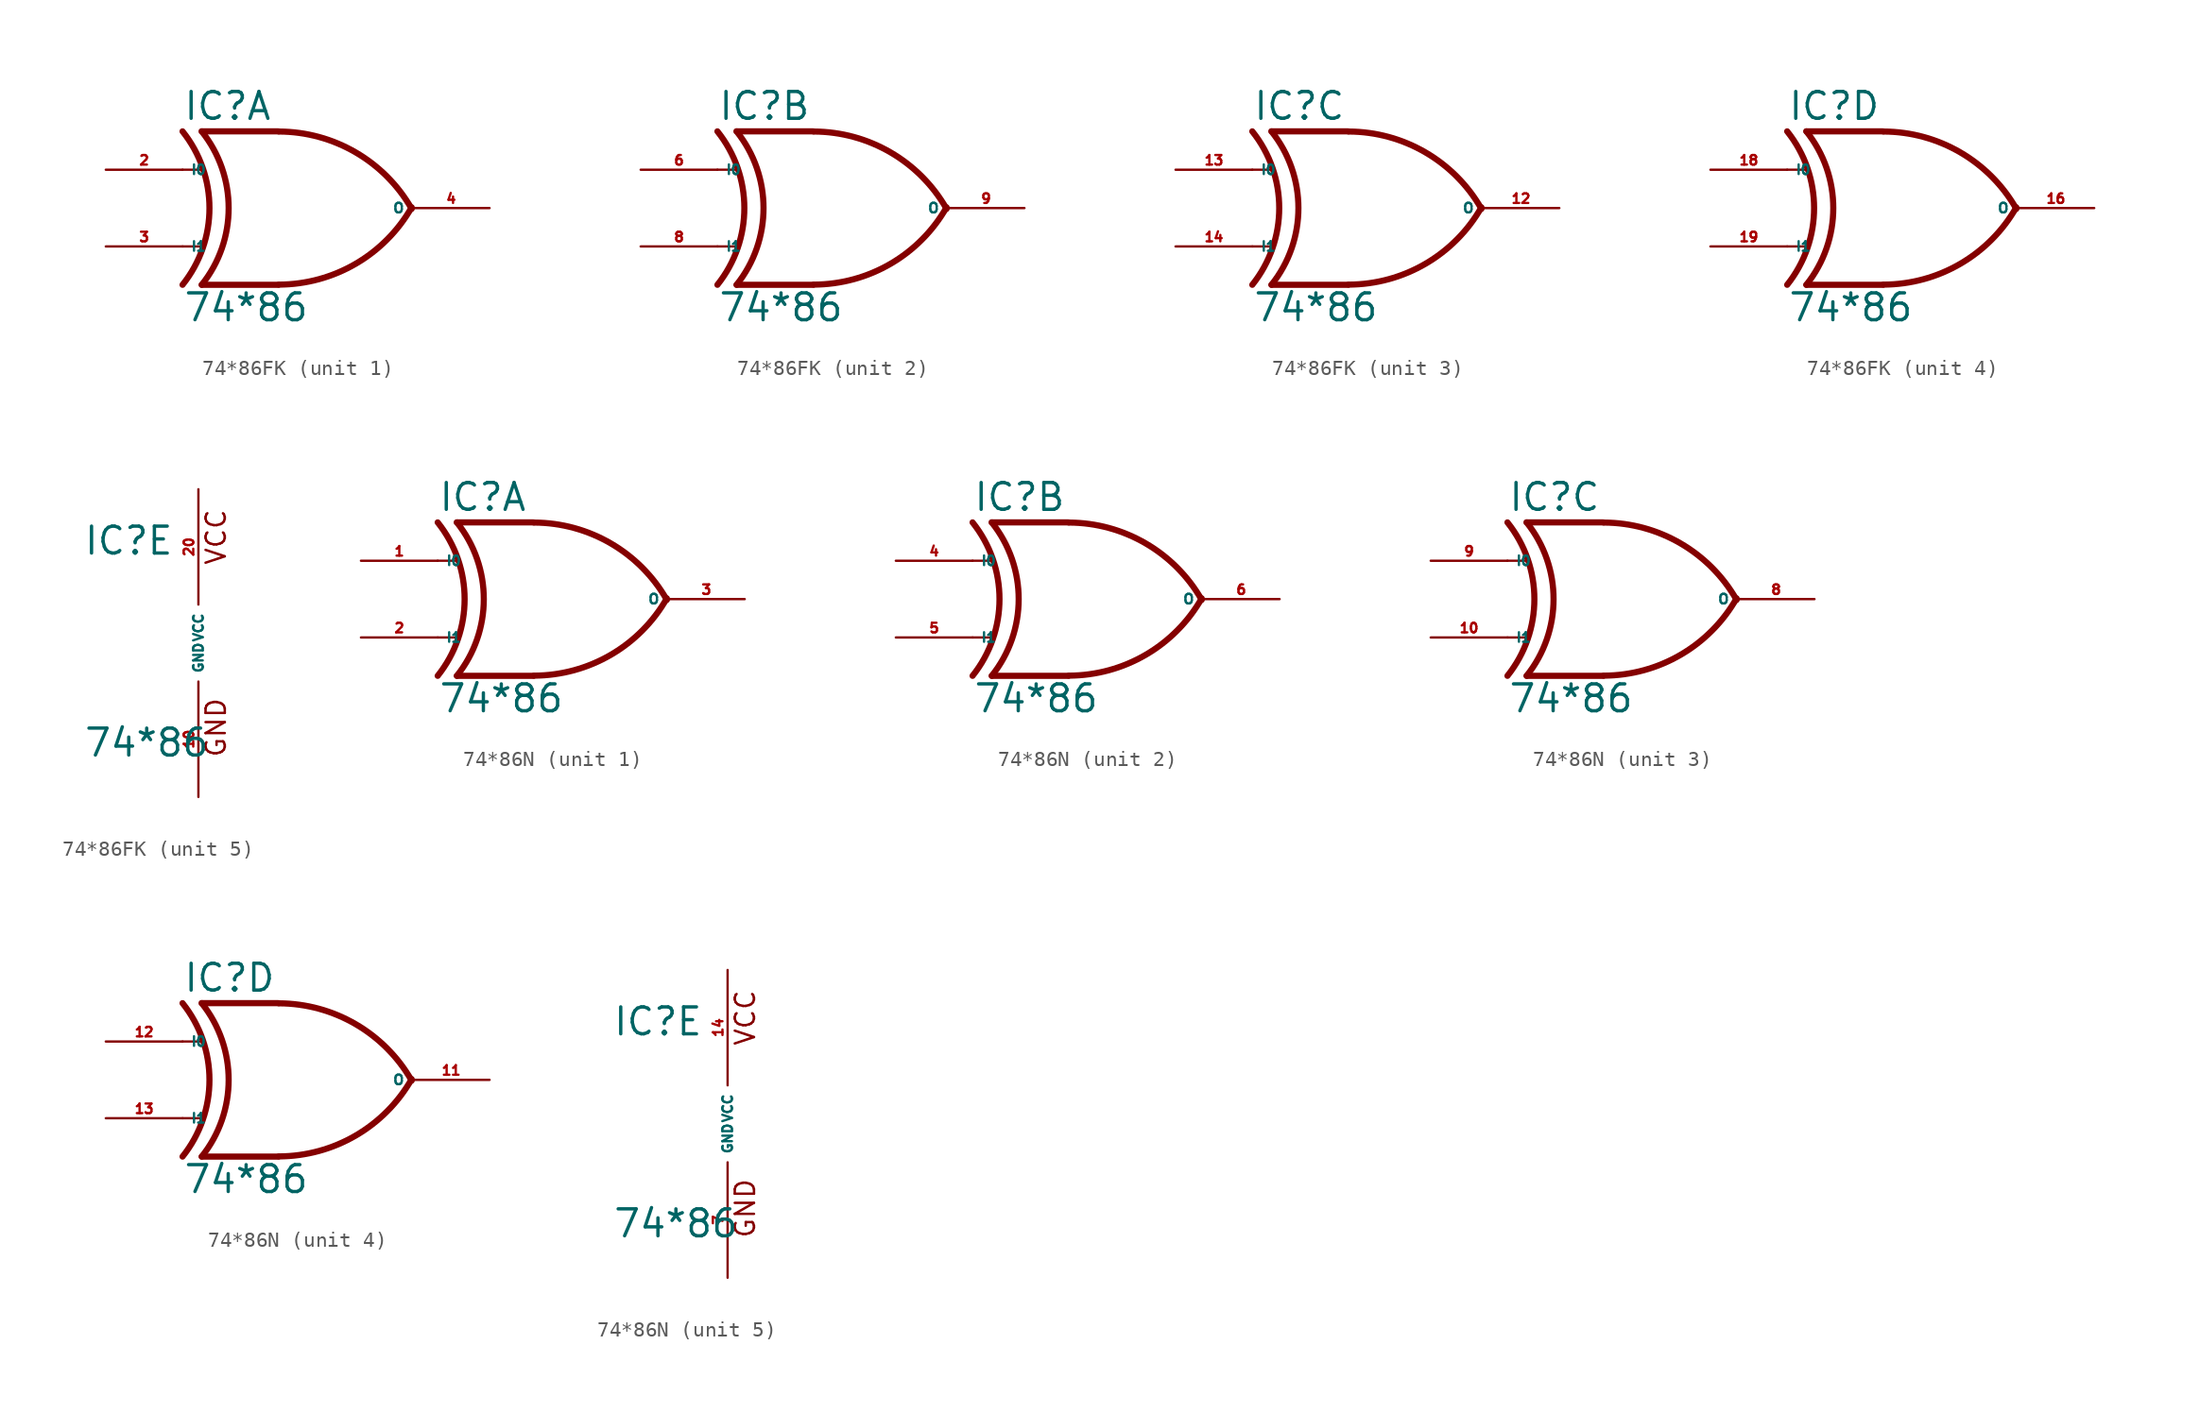
<source format=kicad_sym>
(kicad_symbol_lib
  (version 20220914)
  (generator Eagle2Kicad)
  (symbol "74*86FK"
    (property "Reference" "IC"
      (at -7.62 5.715 0)
      (effects (font (size 1.778 1.778) (thickness 0.22)) (justify left bottom)))
    (property "Value" "74*86"
      (at -7.62 -7.62 0)
      (effects (font (size 1.778 1.778) (thickness 0.22)) (justify left bottom)))
    (symbol "74*86FK_1_0"
      (polyline (pts (xy -1.27 5.08) (xy -6.35 5.08)) (stroke (width 0.406) (type default)) (fill (type none)))
      (polyline (pts (xy -1.27 -5.08) (xy -6.35 -5.08)) (stroke (width 0.406) (type default)) (fill (type none)))
      (polyline (pts (xy -7.62 2.54) (xy -6.35 2.54)) (stroke (width 0.152) (type default)) (fill (type none)))
      (polyline (pts (xy -7.62 -2.54) (xy -6.35 -2.54)) (stroke (width 0.152) (type default)) (fill (type none)))
      (arc (start -1.2446 -5.0678) (mid 3.837 -3.689) (end 7.5439 0.0507) (stroke (width 0.4064) (type default)) (fill (type none)))
      (arc (start 7.5442 -0.0505) (mid 3.837 3.689) (end -1.2446 5.0678) (stroke (width 0.4064) (type default)) (fill (type none)))
      (arc (start -6.35 -5.08) (mid -4.568 0.000) (end -6.35 5.08) (stroke (width 0.4064) (type default)) (fill (type none)))
      (arc (start -7.62 -5.08) (mid -5.838 0.000) (end -7.62 5.08) (stroke (width 0.4064) (type default)) (fill (type none)))
      (pin input line (at -12.7 2.54 0) (length 5.08) (name "I0" (effects (font (size 0.635 0.635) (thickness 0.08)) (justify left bottom))) (number "2" (effects (font (size 0.635 0.635) (thickness 0.08)) (justify left bottom))))
      (pin input line (at -12.7 -2.54 0) (length 5.08) (name "I1" (effects (font (size 0.635 0.635) (thickness 0.08)) (justify left bottom))) (number "3" (effects (font (size 0.635 0.635) (thickness 0.08)) (justify left bottom))))
      (pin output line (at 12.7 0 180) (length 5.08) (name "O" (effects (font (size 0.635 0.635) (thickness 0.08)) (justify left bottom))) (number "4" (effects (font (size 0.635 0.635) (thickness 0.08)) (justify left bottom)))))
    (symbol "74*86FK_2_0"
      (polyline (pts (xy -1.27 5.08) (xy -6.35 5.08)) (stroke (width 0.406) (type default)) (fill (type none)))
      (polyline (pts (xy -1.27 -5.08) (xy -6.35 -5.08)) (stroke (width 0.406) (type default)) (fill (type none)))
      (polyline (pts (xy -7.62 2.54) (xy -6.35 2.54)) (stroke (width 0.152) (type default)) (fill (type none)))
      (polyline (pts (xy -7.62 -2.54) (xy -6.35 -2.54)) (stroke (width 0.152) (type default)) (fill (type none)))
      (arc (start -1.2446 -5.0678) (mid 3.837 -3.689) (end 7.5439 0.0507) (stroke (width 0.4064) (type default)) (fill (type none)))
      (arc (start 7.5442 -0.0505) (mid 3.837 3.689) (end -1.2446 5.0678) (stroke (width 0.4064) (type default)) (fill (type none)))
      (arc (start -6.35 -5.08) (mid -4.568 0.000) (end -6.35 5.08) (stroke (width 0.4064) (type default)) (fill (type none)))
      (arc (start -7.62 -5.08) (mid -5.838 0.000) (end -7.62 5.08) (stroke (width 0.4064) (type default)) (fill (type none)))
      (pin input line (at -12.7 2.54 0) (length 5.08) (name "I0" (effects (font (size 0.635 0.635) (thickness 0.08)) (justify left bottom))) (number "6" (effects (font (size 0.635 0.635) (thickness 0.08)) (justify left bottom))))
      (pin input line (at -12.7 -2.54 0) (length 5.08) (name "I1" (effects (font (size 0.635 0.635) (thickness 0.08)) (justify left bottom))) (number "8" (effects (font (size 0.635 0.635) (thickness 0.08)) (justify left bottom))))
      (pin output line (at 12.7 0 180) (length 5.08) (name "O" (effects (font (size 0.635 0.635) (thickness 0.08)) (justify left bottom))) (number "9" (effects (font (size 0.635 0.635) (thickness 0.08)) (justify left bottom)))))
    (symbol "74*86FK_3_0"
      (polyline (pts (xy -1.27 5.08) (xy -6.35 5.08)) (stroke (width 0.406) (type default)) (fill (type none)))
      (polyline (pts (xy -1.27 -5.08) (xy -6.35 -5.08)) (stroke (width 0.406) (type default)) (fill (type none)))
      (polyline (pts (xy -7.62 2.54) (xy -6.35 2.54)) (stroke (width 0.152) (type default)) (fill (type none)))
      (polyline (pts (xy -7.62 -2.54) (xy -6.35 -2.54)) (stroke (width 0.152) (type default)) (fill (type none)))
      (arc (start -1.2446 -5.0678) (mid 3.837 -3.689) (end 7.5439 0.0507) (stroke (width 0.4064) (type default)) (fill (type none)))
      (arc (start 7.5442 -0.0505) (mid 3.837 3.689) (end -1.2446 5.0678) (stroke (width 0.4064) (type default)) (fill (type none)))
      (arc (start -6.35 -5.08) (mid -4.568 0.000) (end -6.35 5.08) (stroke (width 0.4064) (type default)) (fill (type none)))
      (arc (start -7.62 -5.08) (mid -5.838 0.000) (end -7.62 5.08) (stroke (width 0.4064) (type default)) (fill (type none)))
      (pin input line (at -12.7 2.54 0) (length 5.08) (name "I0" (effects (font (size 0.635 0.635) (thickness 0.08)) (justify left bottom))) (number "13" (effects (font (size 0.635 0.635) (thickness 0.08)) (justify left bottom))))
      (pin input line (at -12.7 -2.54 0) (length 5.08) (name "I1" (effects (font (size 0.635 0.635) (thickness 0.08)) (justify left bottom))) (number "14" (effects (font (size 0.635 0.635) (thickness 0.08)) (justify left bottom))))
      (pin output line (at 12.7 0 180) (length 5.08) (name "O" (effects (font (size 0.635 0.635) (thickness 0.08)) (justify left bottom))) (number "12" (effects (font (size 0.635 0.635) (thickness 0.08)) (justify left bottom)))))
    (symbol "74*86FK_4_0"
      (polyline (pts (xy -1.27 5.08) (xy -6.35 5.08)) (stroke (width 0.406) (type default)) (fill (type none)))
      (polyline (pts (xy -1.27 -5.08) (xy -6.35 -5.08)) (stroke (width 0.406) (type default)) (fill (type none)))
      (polyline (pts (xy -7.62 2.54) (xy -6.35 2.54)) (stroke (width 0.152) (type default)) (fill (type none)))
      (polyline (pts (xy -7.62 -2.54) (xy -6.35 -2.54)) (stroke (width 0.152) (type default)) (fill (type none)))
      (arc (start -1.2446 -5.0678) (mid 3.837 -3.689) (end 7.5439 0.0507) (stroke (width 0.4064) (type default)) (fill (type none)))
      (arc (start 7.5442 -0.0505) (mid 3.837 3.689) (end -1.2446 5.0678) (stroke (width 0.4064) (type default)) (fill (type none)))
      (arc (start -6.35 -5.08) (mid -4.568 0.000) (end -6.35 5.08) (stroke (width 0.4064) (type default)) (fill (type none)))
      (arc (start -7.62 -5.08) (mid -5.838 0.000) (end -7.62 5.08) (stroke (width 0.4064) (type default)) (fill (type none)))
      (pin input line (at -12.7 2.54 0) (length 5.08) (name "I0" (effects (font (size 0.635 0.635) (thickness 0.08)) (justify left bottom))) (number "18" (effects (font (size 0.635 0.635) (thickness 0.08)) (justify left bottom))))
      (pin input line (at -12.7 -2.54 0) (length 5.08) (name "I1" (effects (font (size 0.635 0.635) (thickness 0.08)) (justify left bottom))) (number "19" (effects (font (size 0.635 0.635) (thickness 0.08)) (justify left bottom))))
      (pin output line (at 12.7 0 180) (length 5.08) (name "O" (effects (font (size 0.635 0.635) (thickness 0.08)) (justify left bottom))) (number "16" (effects (font (size 0.635 0.635) (thickness 0.08)) (justify left bottom)))))
    (symbol "74*86FK_5_0"
      (text "GND" (at 1.905 -7.62 900) (effects (font (size 1.27 1.27) (thickness 0.16)) (justify left bottom)))
      (text "VCC" (at 1.905 5.08 900) (effects (font (size 1.27 1.27) (thickness 0.16)) (justify left bottom)))
      (pin unspecified line (at 0 -10.16 90) (length 7.62) (name "GND" (effects (font (size 0.635 0.635) (thickness 0.08)) (justify left bottom))) (number "10" (effects (font (size 0.635 0.635) (thickness 0.08)) (justify left bottom))))
      (pin unspecified line (at 0 10.16 270) (length 7.62) (name "VCC" (effects (font (size 0.635 0.635) (thickness 0.08)) (justify left bottom))) (number "20" (effects (font (size 0.635 0.635) (thickness 0.08)) (justify left bottom))))))
  (symbol "74*86N"
    (property "Reference" "IC"
      (at -7.62 5.715 0)
      (effects (font (size 1.778 1.778) (thickness 0.22)) (justify left bottom)))
    (property "Value" "74*86"
      (at -7.62 -7.62 0)
      (effects (font (size 1.778 1.778) (thickness 0.22)) (justify left bottom)))
    (symbol "74*86N_1_0"
      (polyline (pts (xy -1.27 5.08) (xy -6.35 5.08)) (stroke (width 0.406) (type default)) (fill (type none)))
      (polyline (pts (xy -1.27 -5.08) (xy -6.35 -5.08)) (stroke (width 0.406) (type default)) (fill (type none)))
      (polyline (pts (xy -7.62 2.54) (xy -6.35 2.54)) (stroke (width 0.152) (type default)) (fill (type none)))
      (polyline (pts (xy -7.62 -2.54) (xy -6.35 -2.54)) (stroke (width 0.152) (type default)) (fill (type none)))
      (arc (start -1.2446 -5.0678) (mid 3.837 -3.689) (end 7.5439 0.0507) (stroke (width 0.4064) (type default)) (fill (type none)))
      (arc (start 7.5442 -0.0505) (mid 3.837 3.689) (end -1.2446 5.0678) (stroke (width 0.4064) (type default)) (fill (type none)))
      (arc (start -6.35 -5.08) (mid -4.568 0.000) (end -6.35 5.08) (stroke (width 0.4064) (type default)) (fill (type none)))
      (arc (start -7.62 -5.08) (mid -5.838 0.000) (end -7.62 5.08) (stroke (width 0.4064) (type default)) (fill (type none)))
      (pin input line (at -12.7 2.54 0) (length 5.08) (name "I0" (effects (font (size 0.635 0.635) (thickness 0.08)) (justify left bottom))) (number "1" (effects (font (size 0.635 0.635) (thickness 0.08)) (justify left bottom))))
      (pin input line (at -12.7 -2.54 0) (length 5.08) (name "I1" (effects (font (size 0.635 0.635) (thickness 0.08)) (justify left bottom))) (number "2" (effects (font (size 0.635 0.635) (thickness 0.08)) (justify left bottom))))
      (pin output line (at 12.7 0 180) (length 5.08) (name "O" (effects (font (size 0.635 0.635) (thickness 0.08)) (justify left bottom))) (number "3" (effects (font (size 0.635 0.635) (thickness 0.08)) (justify left bottom)))))
    (symbol "74*86N_2_0"
      (polyline (pts (xy -1.27 5.08) (xy -6.35 5.08)) (stroke (width 0.406) (type default)) (fill (type none)))
      (polyline (pts (xy -1.27 -5.08) (xy -6.35 -5.08)) (stroke (width 0.406) (type default)) (fill (type none)))
      (polyline (pts (xy -7.62 2.54) (xy -6.35 2.54)) (stroke (width 0.152) (type default)) (fill (type none)))
      (polyline (pts (xy -7.62 -2.54) (xy -6.35 -2.54)) (stroke (width 0.152) (type default)) (fill (type none)))
      (arc (start -1.2446 -5.0678) (mid 3.837 -3.689) (end 7.5439 0.0507) (stroke (width 0.4064) (type default)) (fill (type none)))
      (arc (start 7.5442 -0.0505) (mid 3.837 3.689) (end -1.2446 5.0678) (stroke (width 0.4064) (type default)) (fill (type none)))
      (arc (start -6.35 -5.08) (mid -4.568 0.000) (end -6.35 5.08) (stroke (width 0.4064) (type default)) (fill (type none)))
      (arc (start -7.62 -5.08) (mid -5.838 0.000) (end -7.62 5.08) (stroke (width 0.4064) (type default)) (fill (type none)))
      (pin input line (at -12.7 2.54 0) (length 5.08) (name "I0" (effects (font (size 0.635 0.635) (thickness 0.08)) (justify left bottom))) (number "4" (effects (font (size 0.635 0.635) (thickness 0.08)) (justify left bottom))))
      (pin input line (at -12.7 -2.54 0) (length 5.08) (name "I1" (effects (font (size 0.635 0.635) (thickness 0.08)) (justify left bottom))) (number "5" (effects (font (size 0.635 0.635) (thickness 0.08)) (justify left bottom))))
      (pin output line (at 12.7 0 180) (length 5.08) (name "O" (effects (font (size 0.635 0.635) (thickness 0.08)) (justify left bottom))) (number "6" (effects (font (size 0.635 0.635) (thickness 0.08)) (justify left bottom)))))
    (symbol "74*86N_3_0"
      (polyline (pts (xy -1.27 5.08) (xy -6.35 5.08)) (stroke (width 0.406) (type default)) (fill (type none)))
      (polyline (pts (xy -1.27 -5.08) (xy -6.35 -5.08)) (stroke (width 0.406) (type default)) (fill (type none)))
      (polyline (pts (xy -7.62 2.54) (xy -6.35 2.54)) (stroke (width 0.152) (type default)) (fill (type none)))
      (polyline (pts (xy -7.62 -2.54) (xy -6.35 -2.54)) (stroke (width 0.152) (type default)) (fill (type none)))
      (arc (start -1.2446 -5.0678) (mid 3.837 -3.689) (end 7.5439 0.0507) (stroke (width 0.4064) (type default)) (fill (type none)))
      (arc (start 7.5442 -0.0505) (mid 3.837 3.689) (end -1.2446 5.0678) (stroke (width 0.4064) (type default)) (fill (type none)))
      (arc (start -6.35 -5.08) (mid -4.568 0.000) (end -6.35 5.08) (stroke (width 0.4064) (type default)) (fill (type none)))
      (arc (start -7.62 -5.08) (mid -5.838 0.000) (end -7.62 5.08) (stroke (width 0.4064) (type default)) (fill (type none)))
      (pin input line (at -12.7 2.54 0) (length 5.08) (name "I0" (effects (font (size 0.635 0.635) (thickness 0.08)) (justify left bottom))) (number "9" (effects (font (size 0.635 0.635) (thickness 0.08)) (justify left bottom))))
      (pin input line (at -12.7 -2.54 0) (length 5.08) (name "I1" (effects (font (size 0.635 0.635) (thickness 0.08)) (justify left bottom))) (number "10" (effects (font (size 0.635 0.635) (thickness 0.08)) (justify left bottom))))
      (pin output line (at 12.7 0 180) (length 5.08) (name "O" (effects (font (size 0.635 0.635) (thickness 0.08)) (justify left bottom))) (number "8" (effects (font (size 0.635 0.635) (thickness 0.08)) (justify left bottom)))))
    (symbol "74*86N_4_0"
      (polyline (pts (xy -1.27 5.08) (xy -6.35 5.08)) (stroke (width 0.406) (type default)) (fill (type none)))
      (polyline (pts (xy -1.27 -5.08) (xy -6.35 -5.08)) (stroke (width 0.406) (type default)) (fill (type none)))
      (polyline (pts (xy -7.62 2.54) (xy -6.35 2.54)) (stroke (width 0.152) (type default)) (fill (type none)))
      (polyline (pts (xy -7.62 -2.54) (xy -6.35 -2.54)) (stroke (width 0.152) (type default)) (fill (type none)))
      (arc (start -1.2446 -5.0678) (mid 3.837 -3.689) (end 7.5439 0.0507) (stroke (width 0.4064) (type default)) (fill (type none)))
      (arc (start 7.5442 -0.0505) (mid 3.837 3.689) (end -1.2446 5.0678) (stroke (width 0.4064) (type default)) (fill (type none)))
      (arc (start -6.35 -5.08) (mid -4.568 0.000) (end -6.35 5.08) (stroke (width 0.4064) (type default)) (fill (type none)))
      (arc (start -7.62 -5.08) (mid -5.838 0.000) (end -7.62 5.08) (stroke (width 0.4064) (type default)) (fill (type none)))
      (pin input line (at -12.7 2.54 0) (length 5.08) (name "I0" (effects (font (size 0.635 0.635) (thickness 0.08)) (justify left bottom))) (number "12" (effects (font (size 0.635 0.635) (thickness 0.08)) (justify left bottom))))
      (pin input line (at -12.7 -2.54 0) (length 5.08) (name "I1" (effects (font (size 0.635 0.635) (thickness 0.08)) (justify left bottom))) (number "13" (effects (font (size 0.635 0.635) (thickness 0.08)) (justify left bottom))))
      (pin output line (at 12.7 0 180) (length 5.08) (name "O" (effects (font (size 0.635 0.635) (thickness 0.08)) (justify left bottom))) (number "11" (effects (font (size 0.635 0.635) (thickness 0.08)) (justify left bottom)))))
    (symbol "74*86N_5_0"
      (text "GND" (at 1.905 -7.62 900) (effects (font (size 1.27 1.27) (thickness 0.16)) (justify left bottom)))
      (text "VCC" (at 1.905 5.08 900) (effects (font (size 1.27 1.27) (thickness 0.16)) (justify left bottom)))
      (pin unspecified line (at 0 -10.16 90) (length 7.62) (name "GND" (effects (font (size 0.635 0.635) (thickness 0.08)) (justify left bottom))) (number "7" (effects (font (size 0.635 0.635) (thickness 0.08)) (justify left bottom))))
      (pin unspecified line (at 0 10.16 270) (length 7.62) (name "VCC" (effects (font (size 0.635 0.635) (thickness 0.08)) (justify left bottom))) (number "14" (effects (font (size 0.635 0.635) (thickness 0.08)) (justify left bottom)))))))
</source>
